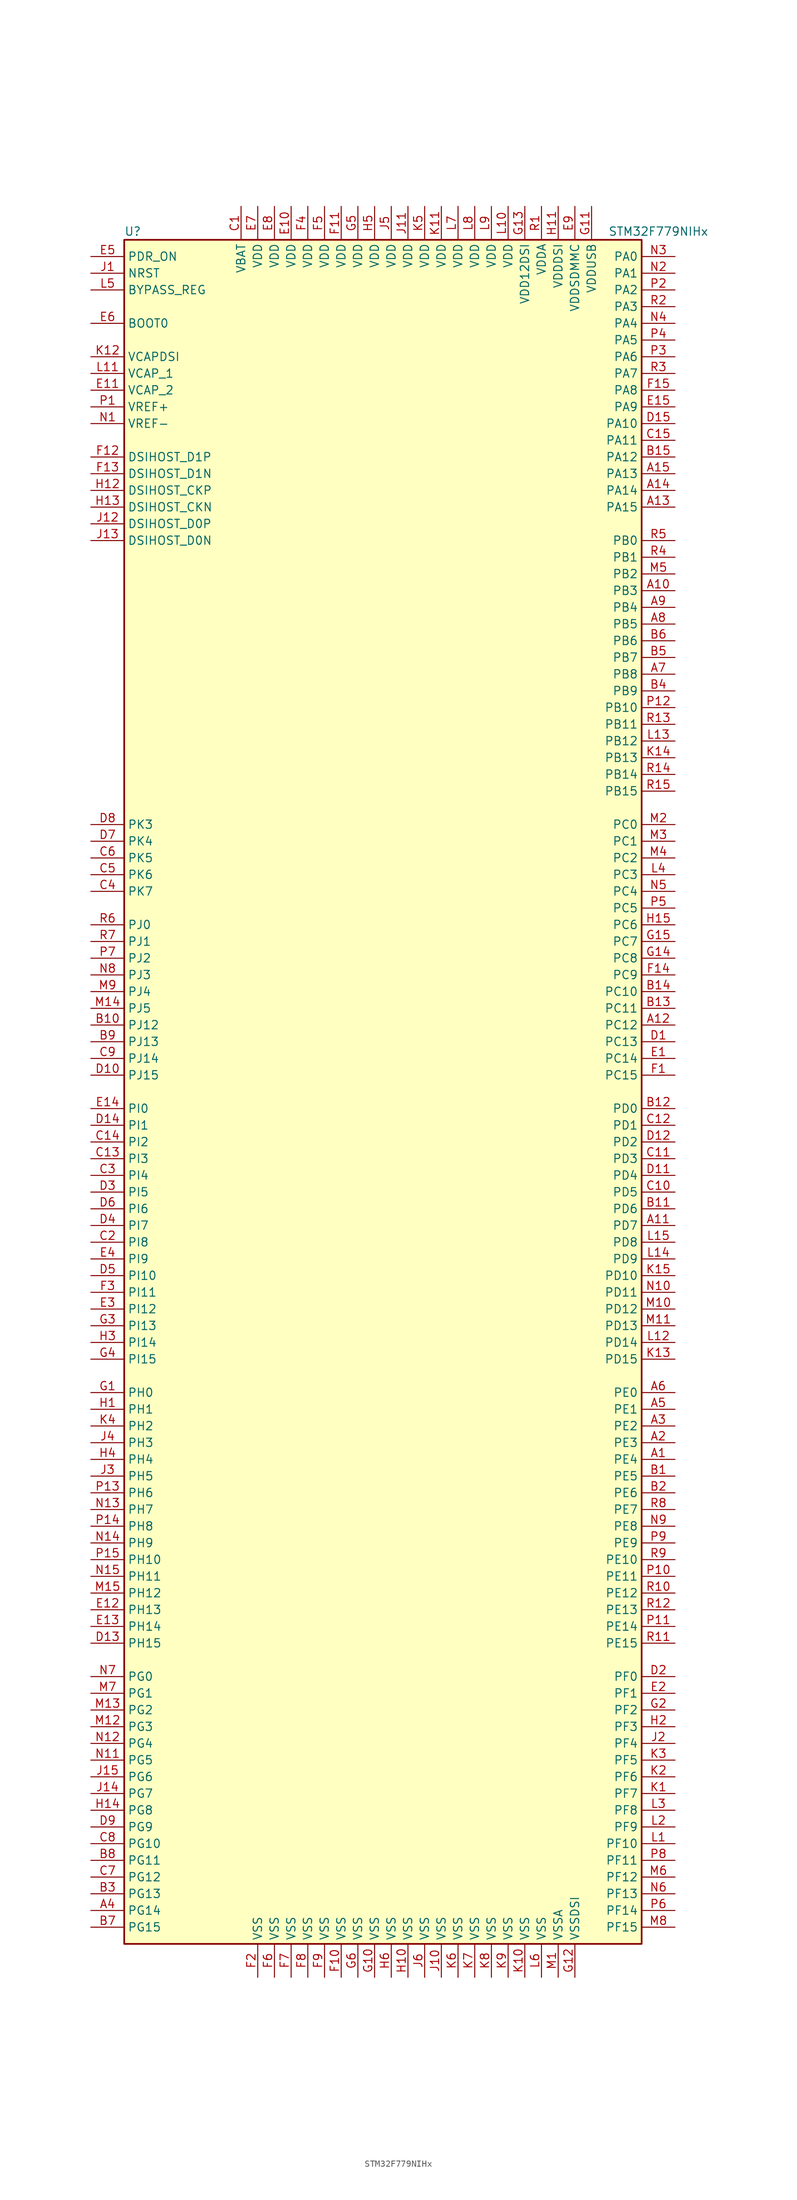
<source format=kicad_sym>
(kicad_symbol_lib
  (version 20201005)
  (generator kicad_symbol_editor)
  (symbol "STM32F779NIHx"
    (property "Reference" "U"
      (at -40.64 130.81 0)
      (effects (font (size 1.27 1.27)) (justify left)))
    (property "Value" "STM32F779NIHx"
      (at 33.02 130.81 0)
      (effects (font (size 1.27 1.27)) (justify left)))
    (symbol "STM32F779NIHx_0_1"
      (rectangle (start -40.64 -129.54) (end 38.1 129.54) (stroke (width 0.254)) (fill (type background))))
    (symbol "STM32F779NIHx_1_1"
      (pin input line (at -45.72 116.84 0) (length 5.08) (name "BOOT0" (effects (font (size 1.27 1.27)))) (number "E6" (effects (font (size 1.27 1.27)))))
      (pin input line (at -45.72 121.92 0) (length 5.08) (name "BYPASS_REG" (effects (font (size 1.27 1.27)))) (number "L5" (effects (font (size 1.27 1.27)))))
      (pin bidirectional line (at -45.72 88.9 0) (length 5.08) (name "DSIHOST_CKN" (effects (font (size 1.27 1.27)))) (number "H13" (effects (font (size 1.27 1.27)))))
      (pin bidirectional line (at -45.72 91.44 0) (length 5.08) (name "DSIHOST_CKP" (effects (font (size 1.27 1.27)))) (number "H12" (effects (font (size 1.27 1.27)))))
      (pin bidirectional line (at -45.72 83.82 0) (length 5.08) (name "DSIHOST_D0N" (effects (font (size 1.27 1.27)))) (number "J13" (effects (font (size 1.27 1.27)))))
      (pin bidirectional line (at -45.72 86.36 0) (length 5.08) (name "DSIHOST_D0P" (effects (font (size 1.27 1.27)))) (number "J12" (effects (font (size 1.27 1.27)))))
      (pin bidirectional line (at -45.72 93.98 0) (length 5.08) (name "DSIHOST_D1N" (effects (font (size 1.27 1.27)))) (number "F13" (effects (font (size 1.27 1.27)))))
      (pin bidirectional line (at -45.72 96.52 0) (length 5.08) (name "DSIHOST_D1P" (effects (font (size 1.27 1.27)))) (number "F12" (effects (font (size 1.27 1.27)))))
      (pin input line (at -45.72 124.46 0) (length 5.08) (name "NRST" (effects (font (size 1.27 1.27)))) (number "J1" (effects (font (size 1.27 1.27)))))
      (pin bidirectional line (at 43.18 127 180) (length 5.08) (name "PA0" (effects (font (size 1.27 1.27)))) (number "N3" (effects (font (size 1.27 1.27)))))
      (pin bidirectional line (at 43.18 124.46 180) (length 5.08) (name "PA1" (effects (font (size 1.27 1.27)))) (number "N2" (effects (font (size 1.27 1.27)))))
      (pin bidirectional line (at 43.18 101.6 180) (length 5.08) (name "PA10" (effects (font (size 1.27 1.27)))) (number "D15" (effects (font (size 1.27 1.27)))))
      (pin bidirectional line (at 43.18 99.06 180) (length 5.08) (name "PA11" (effects (font (size 1.27 1.27)))) (number "C15" (effects (font (size 1.27 1.27)))))
      (pin bidirectional line (at 43.18 96.52 180) (length 5.08) (name "PA12" (effects (font (size 1.27 1.27)))) (number "B15" (effects (font (size 1.27 1.27)))))
      (pin bidirectional line (at 43.18 93.98 180) (length 5.08) (name "PA13" (effects (font (size 1.27 1.27)))) (number "A15" (effects (font (size 1.27 1.27)))))
      (pin bidirectional line (at 43.18 91.44 180) (length 5.08) (name "PA14" (effects (font (size 1.27 1.27)))) (number "A14" (effects (font (size 1.27 1.27)))))
      (pin bidirectional line (at 43.18 88.9 180) (length 5.08) (name "PA15" (effects (font (size 1.27 1.27)))) (number "A13" (effects (font (size 1.27 1.27)))))
      (pin bidirectional line (at 43.18 121.92 180) (length 5.08) (name "PA2" (effects (font (size 1.27 1.27)))) (number "P2" (effects (font (size 1.27 1.27)))))
      (pin bidirectional line (at 43.18 119.38 180) (length 5.08) (name "PA3" (effects (font (size 1.27 1.27)))) (number "R2" (effects (font (size 1.27 1.27)))))
      (pin bidirectional line (at 43.18 116.84 180) (length 5.08) (name "PA4" (effects (font (size 1.27 1.27)))) (number "N4" (effects (font (size 1.27 1.27)))))
      (pin bidirectional line (at 43.18 114.3 180) (length 5.08) (name "PA5" (effects (font (size 1.27 1.27)))) (number "P4" (effects (font (size 1.27 1.27)))))
      (pin bidirectional line (at 43.18 111.76 180) (length 5.08) (name "PA6" (effects (font (size 1.27 1.27)))) (number "P3" (effects (font (size 1.27 1.27)))))
      (pin bidirectional line (at 43.18 109.22 180) (length 5.08) (name "PA7" (effects (font (size 1.27 1.27)))) (number "R3" (effects (font (size 1.27 1.27)))))
      (pin bidirectional line (at 43.18 106.68 180) (length 5.08) (name "PA8" (effects (font (size 1.27 1.27)))) (number "F15" (effects (font (size 1.27 1.27)))))
      (pin bidirectional line (at 43.18 104.14 180) (length 5.08) (name "PA9" (effects (font (size 1.27 1.27)))) (number "E15" (effects (font (size 1.27 1.27)))))
      (pin bidirectional line (at 43.18 83.82 180) (length 5.08) (name "PB0" (effects (font (size 1.27 1.27)))) (number "R5" (effects (font (size 1.27 1.27)))))
      (pin bidirectional line (at 43.18 81.28 180) (length 5.08) (name "PB1" (effects (font (size 1.27 1.27)))) (number "R4" (effects (font (size 1.27 1.27)))))
      (pin bidirectional line (at 43.18 58.42 180) (length 5.08) (name "PB10" (effects (font (size 1.27 1.27)))) (number "P12" (effects (font (size 1.27 1.27)))))
      (pin bidirectional line (at 43.18 55.88 180) (length 5.08) (name "PB11" (effects (font (size 1.27 1.27)))) (number "R13" (effects (font (size 1.27 1.27)))))
      (pin bidirectional line (at 43.18 53.34 180) (length 5.08) (name "PB12" (effects (font (size 1.27 1.27)))) (number "L13" (effects (font (size 1.27 1.27)))))
      (pin bidirectional line (at 43.18 50.8 180) (length 5.08) (name "PB13" (effects (font (size 1.27 1.27)))) (number "K14" (effects (font (size 1.27 1.27)))))
      (pin bidirectional line (at 43.18 48.26 180) (length 5.08) (name "PB14" (effects (font (size 1.27 1.27)))) (number "R14" (effects (font (size 1.27 1.27)))))
      (pin bidirectional line (at 43.18 45.72 180) (length 5.08) (name "PB15" (effects (font (size 1.27 1.27)))) (number "R15" (effects (font (size 1.27 1.27)))))
      (pin bidirectional line (at 43.18 78.74 180) (length 5.08) (name "PB2" (effects (font (size 1.27 1.27)))) (number "M5" (effects (font (size 1.27 1.27)))))
      (pin bidirectional line (at 43.18 76.2 180) (length 5.08) (name "PB3" (effects (font (size 1.27 1.27)))) (number "A10" (effects (font (size 1.27 1.27)))))
      (pin bidirectional line (at 43.18 73.66 180) (length 5.08) (name "PB4" (effects (font (size 1.27 1.27)))) (number "A9" (effects (font (size 1.27 1.27)))))
      (pin bidirectional line (at 43.18 71.12 180) (length 5.08) (name "PB5" (effects (font (size 1.27 1.27)))) (number "A8" (effects (font (size 1.27 1.27)))))
      (pin bidirectional line (at 43.18 68.58 180) (length 5.08) (name "PB6" (effects (font (size 1.27 1.27)))) (number "B6" (effects (font (size 1.27 1.27)))))
      (pin bidirectional line (at 43.18 66.04 180) (length 5.08) (name "PB7" (effects (font (size 1.27 1.27)))) (number "B5" (effects (font (size 1.27 1.27)))))
      (pin bidirectional line (at 43.18 63.5 180) (length 5.08) (name "PB8" (effects (font (size 1.27 1.27)))) (number "A7" (effects (font (size 1.27 1.27)))))
      (pin bidirectional line (at 43.18 60.96 180) (length 5.08) (name "PB9" (effects (font (size 1.27 1.27)))) (number "B4" (effects (font (size 1.27 1.27)))))
      (pin bidirectional line (at 43.18 40.64 180) (length 5.08) (name "PC0" (effects (font (size 1.27 1.27)))) (number "M2" (effects (font (size 1.27 1.27)))))
      (pin bidirectional line (at 43.18 38.1 180) (length 5.08) (name "PC1" (effects (font (size 1.27 1.27)))) (number "M3" (effects (font (size 1.27 1.27)))))
      (pin bidirectional line (at 43.18 15.24 180) (length 5.08) (name "PC10" (effects (font (size 1.27 1.27)))) (number "B14" (effects (font (size 1.27 1.27)))))
      (pin bidirectional line (at 43.18 12.7 180) (length 5.08) (name "PC11" (effects (font (size 1.27 1.27)))) (number "B13" (effects (font (size 1.27 1.27)))))
      (pin bidirectional line (at 43.18 10.16 180) (length 5.08) (name "PC12" (effects (font (size 1.27 1.27)))) (number "A12" (effects (font (size 1.27 1.27)))))
      (pin bidirectional line (at 43.18 7.62 180) (length 5.08) (name "PC13" (effects (font (size 1.27 1.27)))) (number "D1" (effects (font (size 1.27 1.27)))))
      (pin bidirectional line (at 43.18 5.08 180) (length 5.08) (name "PC14" (effects (font (size 1.27 1.27)))) (number "E1" (effects (font (size 1.27 1.27)))))
      (pin bidirectional line (at 43.18 2.54 180) (length 5.08) (name "PC15" (effects (font (size 1.27 1.27)))) (number "F1" (effects (font (size 1.27 1.27)))))
      (pin bidirectional line (at 43.18 35.56 180) (length 5.08) (name "PC2" (effects (font (size 1.27 1.27)))) (number "M4" (effects (font (size 1.27 1.27)))))
      (pin bidirectional line (at 43.18 33.02 180) (length 5.08) (name "PC3" (effects (font (size 1.27 1.27)))) (number "L4" (effects (font (size 1.27 1.27)))))
      (pin bidirectional line (at 43.18 30.48 180) (length 5.08) (name "PC4" (effects (font (size 1.27 1.27)))) (number "N5" (effects (font (size 1.27 1.27)))))
      (pin bidirectional line (at 43.18 27.94 180) (length 5.08) (name "PC5" (effects (font (size 1.27 1.27)))) (number "P5" (effects (font (size 1.27 1.27)))))
      (pin bidirectional line (at 43.18 25.4 180) (length 5.08) (name "PC6" (effects (font (size 1.27 1.27)))) (number "H15" (effects (font (size 1.27 1.27)))))
      (pin bidirectional line (at 43.18 22.86 180) (length 5.08) (name "PC7" (effects (font (size 1.27 1.27)))) (number "G15" (effects (font (size 1.27 1.27)))))
      (pin bidirectional line (at 43.18 20.32 180) (length 5.08) (name "PC8" (effects (font (size 1.27 1.27)))) (number "G14" (effects (font (size 1.27 1.27)))))
      (pin bidirectional line (at 43.18 17.78 180) (length 5.08) (name "PC9" (effects (font (size 1.27 1.27)))) (number "F14" (effects (font (size 1.27 1.27)))))
      (pin bidirectional line (at 43.18 -2.54 180) (length 5.08) (name "PD0" (effects (font (size 1.27 1.27)))) (number "B12" (effects (font (size 1.27 1.27)))))
      (pin bidirectional line (at 43.18 -5.08 180) (length 5.08) (name "PD1" (effects (font (size 1.27 1.27)))) (number "C12" (effects (font (size 1.27 1.27)))))
      (pin bidirectional line (at 43.18 -27.94 180) (length 5.08) (name "PD10" (effects (font (size 1.27 1.27)))) (number "K15" (effects (font (size 1.27 1.27)))))
      (pin bidirectional line (at 43.18 -30.48 180) (length 5.08) (name "PD11" (effects (font (size 1.27 1.27)))) (number "N10" (effects (font (size 1.27 1.27)))))
      (pin bidirectional line (at 43.18 -33.02 180) (length 5.08) (name "PD12" (effects (font (size 1.27 1.27)))) (number "M10" (effects (font (size 1.27 1.27)))))
      (pin bidirectional line (at 43.18 -35.56 180) (length 5.08) (name "PD13" (effects (font (size 1.27 1.27)))) (number "M11" (effects (font (size 1.27 1.27)))))
      (pin bidirectional line (at 43.18 -38.1 180) (length 5.08) (name "PD14" (effects (font (size 1.27 1.27)))) (number "L12" (effects (font (size 1.27 1.27)))))
      (pin bidirectional line (at 43.18 -40.64 180) (length 5.08) (name "PD15" (effects (font (size 1.27 1.27)))) (number "K13" (effects (font (size 1.27 1.27)))))
      (pin bidirectional line (at 43.18 -7.62 180) (length 5.08) (name "PD2" (effects (font (size 1.27 1.27)))) (number "D12" (effects (font (size 1.27 1.27)))))
      (pin bidirectional line (at 43.18 -10.16 180) (length 5.08) (name "PD3" (effects (font (size 1.27 1.27)))) (number "C11" (effects (font (size 1.27 1.27)))))
      (pin bidirectional line (at 43.18 -12.7 180) (length 5.08) (name "PD4" (effects (font (size 1.27 1.27)))) (number "D11" (effects (font (size 1.27 1.27)))))
      (pin bidirectional line (at 43.18 -15.24 180) (length 5.08) (name "PD5" (effects (font (size 1.27 1.27)))) (number "C10" (effects (font (size 1.27 1.27)))))
      (pin bidirectional line (at 43.18 -17.78 180) (length 5.08) (name "PD6" (effects (font (size 1.27 1.27)))) (number "B11" (effects (font (size 1.27 1.27)))))
      (pin bidirectional line (at 43.18 -20.32 180) (length 5.08) (name "PD7" (effects (font (size 1.27 1.27)))) (number "A11" (effects (font (size 1.27 1.27)))))
      (pin bidirectional line (at 43.18 -22.86 180) (length 5.08) (name "PD8" (effects (font (size 1.27 1.27)))) (number "L15" (effects (font (size 1.27 1.27)))))
      (pin bidirectional line (at 43.18 -25.4 180) (length 5.08) (name "PD9" (effects (font (size 1.27 1.27)))) (number "L14" (effects (font (size 1.27 1.27)))))
      (pin input line (at -45.72 127 0) (length 5.08) (name "PDR_ON" (effects (font (size 1.27 1.27)))) (number "E5" (effects (font (size 1.27 1.27)))))
      (pin bidirectional line (at 43.18 -45.72 180) (length 5.08) (name "PE0" (effects (font (size 1.27 1.27)))) (number "A6" (effects (font (size 1.27 1.27)))))
      (pin bidirectional line (at 43.18 -48.26 180) (length 5.08) (name "PE1" (effects (font (size 1.27 1.27)))) (number "A5" (effects (font (size 1.27 1.27)))))
      (pin bidirectional line (at 43.18 -71.12 180) (length 5.08) (name "PE10" (effects (font (size 1.27 1.27)))) (number "R9" (effects (font (size 1.27 1.27)))))
      (pin bidirectional line (at 43.18 -73.66 180) (length 5.08) (name "PE11" (effects (font (size 1.27 1.27)))) (number "P10" (effects (font (size 1.27 1.27)))))
      (pin bidirectional line (at 43.18 -76.2 180) (length 5.08) (name "PE12" (effects (font (size 1.27 1.27)))) (number "R10" (effects (font (size 1.27 1.27)))))
      (pin bidirectional line (at 43.18 -78.74 180) (length 5.08) (name "PE13" (effects (font (size 1.27 1.27)))) (number "R12" (effects (font (size 1.27 1.27)))))
      (pin bidirectional line (at 43.18 -81.28 180) (length 5.08) (name "PE14" (effects (font (size 1.27 1.27)))) (number "P11" (effects (font (size 1.27 1.27)))))
      (pin bidirectional line (at 43.18 -83.82 180) (length 5.08) (name "PE15" (effects (font (size 1.27 1.27)))) (number "R11" (effects (font (size 1.27 1.27)))))
      (pin bidirectional line (at 43.18 -50.8 180) (length 5.08) (name "PE2" (effects (font (size 1.27 1.27)))) (number "A3" (effects (font (size 1.27 1.27)))))
      (pin bidirectional line (at 43.18 -53.34 180) (length 5.08) (name "PE3" (effects (font (size 1.27 1.27)))) (number "A2" (effects (font (size 1.27 1.27)))))
      (pin bidirectional line (at 43.18 -55.88 180) (length 5.08) (name "PE4" (effects (font (size 1.27 1.27)))) (number "A1" (effects (font (size 1.27 1.27)))))
      (pin bidirectional line (at 43.18 -58.42 180) (length 5.08) (name "PE5" (effects (font (size 1.27 1.27)))) (number "B1" (effects (font (size 1.27 1.27)))))
      (pin bidirectional line (at 43.18 -60.96 180) (length 5.08) (name "PE6" (effects (font (size 1.27 1.27)))) (number "B2" (effects (font (size 1.27 1.27)))))
      (pin bidirectional line (at 43.18 -63.5 180) (length 5.08) (name "PE7" (effects (font (size 1.27 1.27)))) (number "R8" (effects (font (size 1.27 1.27)))))
      (pin bidirectional line (at 43.18 -66.04 180) (length 5.08) (name "PE8" (effects (font (size 1.27 1.27)))) (number "N9" (effects (font (size 1.27 1.27)))))
      (pin bidirectional line (at 43.18 -68.58 180) (length 5.08) (name "PE9" (effects (font (size 1.27 1.27)))) (number "P9" (effects (font (size 1.27 1.27)))))
      (pin bidirectional line (at 43.18 -88.9 180) (length 5.08) (name "PF0" (effects (font (size 1.27 1.27)))) (number "D2" (effects (font (size 1.27 1.27)))))
      (pin bidirectional line (at 43.18 -91.44 180) (length 5.08) (name "PF1" (effects (font (size 1.27 1.27)))) (number "E2" (effects (font (size 1.27 1.27)))))
      (pin bidirectional line (at 43.18 -114.3 180) (length 5.08) (name "PF10" (effects (font (size 1.27 1.27)))) (number "L1" (effects (font (size 1.27 1.27)))))
      (pin bidirectional line (at 43.18 -116.84 180) (length 5.08) (name "PF11" (effects (font (size 1.27 1.27)))) (number "P8" (effects (font (size 1.27 1.27)))))
      (pin bidirectional line (at 43.18 -119.38 180) (length 5.08) (name "PF12" (effects (font (size 1.27 1.27)))) (number "M6" (effects (font (size 1.27 1.27)))))
      (pin bidirectional line (at 43.18 -121.92 180) (length 5.08) (name "PF13" (effects (font (size 1.27 1.27)))) (number "N6" (effects (font (size 1.27 1.27)))))
      (pin bidirectional line (at 43.18 -124.46 180) (length 5.08) (name "PF14" (effects (font (size 1.27 1.27)))) (number "P6" (effects (font (size 1.27 1.27)))))
      (pin bidirectional line (at 43.18 -127 180) (length 5.08) (name "PF15" (effects (font (size 1.27 1.27)))) (number "M8" (effects (font (size 1.27 1.27)))))
      (pin bidirectional line (at 43.18 -93.98 180) (length 5.08) (name "PF2" (effects (font (size 1.27 1.27)))) (number "G2" (effects (font (size 1.27 1.27)))))
      (pin bidirectional line (at 43.18 -96.52 180) (length 5.08) (name "PF3" (effects (font (size 1.27 1.27)))) (number "H2" (effects (font (size 1.27 1.27)))))
      (pin bidirectional line (at 43.18 -99.06 180) (length 5.08) (name "PF4" (effects (font (size 1.27 1.27)))) (number "J2" (effects (font (size 1.27 1.27)))))
      (pin bidirectional line (at 43.18 -101.6 180) (length 5.08) (name "PF5" (effects (font (size 1.27 1.27)))) (number "K3" (effects (font (size 1.27 1.27)))))
      (pin bidirectional line (at 43.18 -104.14 180) (length 5.08) (name "PF6" (effects (font (size 1.27 1.27)))) (number "K2" (effects (font (size 1.27 1.27)))))
      (pin bidirectional line (at 43.18 -106.68 180) (length 5.08) (name "PF7" (effects (font (size 1.27 1.27)))) (number "K1" (effects (font (size 1.27 1.27)))))
      (pin bidirectional line (at 43.18 -109.22 180) (length 5.08) (name "PF8" (effects (font (size 1.27 1.27)))) (number "L3" (effects (font (size 1.27 1.27)))))
      (pin bidirectional line (at 43.18 -111.76 180) (length 5.08) (name "PF9" (effects (font (size 1.27 1.27)))) (number "L2" (effects (font (size 1.27 1.27)))))
      (pin bidirectional line (at -45.72 -88.9 0) (length 5.08) (name "PG0" (effects (font (size 1.27 1.27)))) (number "N7" (effects (font (size 1.27 1.27)))))
      (pin bidirectional line (at -45.72 -91.44 0) (length 5.08) (name "PG1" (effects (font (size 1.27 1.27)))) (number "M7" (effects (font (size 1.27 1.27)))))
      (pin bidirectional line (at -45.72 -114.3 0) (length 5.08) (name "PG10" (effects (font (size 1.27 1.27)))) (number "C8" (effects (font (size 1.27 1.27)))))
      (pin bidirectional line (at -45.72 -116.84 0) (length 5.08) (name "PG11" (effects (font (size 1.27 1.27)))) (number "B8" (effects (font (size 1.27 1.27)))))
      (pin bidirectional line (at -45.72 -119.38 0) (length 5.08) (name "PG12" (effects (font (size 1.27 1.27)))) (number "C7" (effects (font (size 1.27 1.27)))))
      (pin bidirectional line (at -45.72 -121.92 0) (length 5.08) (name "PG13" (effects (font (size 1.27 1.27)))) (number "B3" (effects (font (size 1.27 1.27)))))
      (pin bidirectional line (at -45.72 -124.46 0) (length 5.08) (name "PG14" (effects (font (size 1.27 1.27)))) (number "A4" (effects (font (size 1.27 1.27)))))
      (pin bidirectional line (at -45.72 -127 0) (length 5.08) (name "PG15" (effects (font (size 1.27 1.27)))) (number "B7" (effects (font (size 1.27 1.27)))))
      (pin bidirectional line (at -45.72 -93.98 0) (length 5.08) (name "PG2" (effects (font (size 1.27 1.27)))) (number "M13" (effects (font (size 1.27 1.27)))))
      (pin bidirectional line (at -45.72 -96.52 0) (length 5.08) (name "PG3" (effects (font (size 1.27 1.27)))) (number "M12" (effects (font (size 1.27 1.27)))))
      (pin bidirectional line (at -45.72 -99.06 0) (length 5.08) (name "PG4" (effects (font (size 1.27 1.27)))) (number "N12" (effects (font (size 1.27 1.27)))))
      (pin bidirectional line (at -45.72 -101.6 0) (length 5.08) (name "PG5" (effects (font (size 1.27 1.27)))) (number "N11" (effects (font (size 1.27 1.27)))))
      (pin bidirectional line (at -45.72 -104.14 0) (length 5.08) (name "PG6" (effects (font (size 1.27 1.27)))) (number "J15" (effects (font (size 1.27 1.27)))))
      (pin bidirectional line (at -45.72 -106.68 0) (length 5.08) (name "PG7" (effects (font (size 1.27 1.27)))) (number "J14" (effects (font (size 1.27 1.27)))))
      (pin bidirectional line (at -45.72 -109.22 0) (length 5.08) (name "PG8" (effects (font (size 1.27 1.27)))) (number "H14" (effects (font (size 1.27 1.27)))))
      (pin bidirectional line (at -45.72 -111.76 0) (length 5.08) (name "PG9" (effects (font (size 1.27 1.27)))) (number "D9" (effects (font (size 1.27 1.27)))))
      (pin input line (at -45.72 -45.72 0) (length 5.08) (name "PH0" (effects (font (size 1.27 1.27)))) (number "G1" (effects (font (size 1.27 1.27)))))
      (pin input line (at -45.72 -48.26 0) (length 5.08) (name "PH1" (effects (font (size 1.27 1.27)))) (number "H1" (effects (font (size 1.27 1.27)))))
      (pin bidirectional line (at -45.72 -71.12 0) (length 5.08) (name "PH10" (effects (font (size 1.27 1.27)))) (number "P15" (effects (font (size 1.27 1.27)))))
      (pin bidirectional line (at -45.72 -73.66 0) (length 5.08) (name "PH11" (effects (font (size 1.27 1.27)))) (number "N15" (effects (font (size 1.27 1.27)))))
      (pin bidirectional line (at -45.72 -76.2 0) (length 5.08) (name "PH12" (effects (font (size 1.27 1.27)))) (number "M15" (effects (font (size 1.27 1.27)))))
      (pin bidirectional line (at -45.72 -78.74 0) (length 5.08) (name "PH13" (effects (font (size 1.27 1.27)))) (number "E12" (effects (font (size 1.27 1.27)))))
      (pin bidirectional line (at -45.72 -81.28 0) (length 5.08) (name "PH14" (effects (font (size 1.27 1.27)))) (number "E13" (effects (font (size 1.27 1.27)))))
      (pin bidirectional line (at -45.72 -83.82 0) (length 5.08) (name "PH15" (effects (font (size 1.27 1.27)))) (number "D13" (effects (font (size 1.27 1.27)))))
      (pin bidirectional line (at -45.72 -50.8 0) (length 5.08) (name "PH2" (effects (font (size 1.27 1.27)))) (number "K4" (effects (font (size 1.27 1.27)))))
      (pin bidirectional line (at -45.72 -53.34 0) (length 5.08) (name "PH3" (effects (font (size 1.27 1.27)))) (number "J4" (effects (font (size 1.27 1.27)))))
      (pin bidirectional line (at -45.72 -55.88 0) (length 5.08) (name "PH4" (effects (font (size 1.27 1.27)))) (number "H4" (effects (font (size 1.27 1.27)))))
      (pin bidirectional line (at -45.72 -58.42 0) (length 5.08) (name "PH5" (effects (font (size 1.27 1.27)))) (number "J3" (effects (font (size 1.27 1.27)))))
      (pin bidirectional line (at -45.72 -60.96 0) (length 5.08) (name "PH6" (effects (font (size 1.27 1.27)))) (number "P13" (effects (font (size 1.27 1.27)))))
      (pin bidirectional line (at -45.72 -63.5 0) (length 5.08) (name "PH7" (effects (font (size 1.27 1.27)))) (number "N13" (effects (font (size 1.27 1.27)))))
      (pin bidirectional line (at -45.72 -66.04 0) (length 5.08) (name "PH8" (effects (font (size 1.27 1.27)))) (number "P14" (effects (font (size 1.27 1.27)))))
      (pin bidirectional line (at -45.72 -68.58 0) (length 5.08) (name "PH9" (effects (font (size 1.27 1.27)))) (number "N14" (effects (font (size 1.27 1.27)))))
      (pin bidirectional line (at -45.72 -2.54 0) (length 5.08) (name "PI0" (effects (font (size 1.27 1.27)))) (number "E14" (effects (font (size 1.27 1.27)))))
      (pin bidirectional line (at -45.72 -5.08 0) (length 5.08) (name "PI1" (effects (font (size 1.27 1.27)))) (number "D14" (effects (font (size 1.27 1.27)))))
      (pin bidirectional line (at -45.72 -27.94 0) (length 5.08) (name "PI10" (effects (font (size 1.27 1.27)))) (number "D5" (effects (font (size 1.27 1.27)))))
      (pin bidirectional line (at -45.72 -30.48 0) (length 5.08) (name "PI11" (effects (font (size 1.27 1.27)))) (number "F3" (effects (font (size 1.27 1.27)))))
      (pin bidirectional line (at -45.72 -33.02 0) (length 5.08) (name "PI12" (effects (font (size 1.27 1.27)))) (number "E3" (effects (font (size 1.27 1.27)))))
      (pin bidirectional line (at -45.72 -35.56 0) (length 5.08) (name "PI13" (effects (font (size 1.27 1.27)))) (number "G3" (effects (font (size 1.27 1.27)))))
      (pin bidirectional line (at -45.72 -38.1 0) (length 5.08) (name "PI14" (effects (font (size 1.27 1.27)))) (number "H3" (effects (font (size 1.27 1.27)))))
      (pin bidirectional line (at -45.72 -40.64 0) (length 5.08) (name "PI15" (effects (font (size 1.27 1.27)))) (number "G4" (effects (font (size 1.27 1.27)))))
      (pin bidirectional line (at -45.72 -7.62 0) (length 5.08) (name "PI2" (effects (font (size 1.27 1.27)))) (number "C14" (effects (font (size 1.27 1.27)))))
      (pin bidirectional line (at -45.72 -10.16 0) (length 5.08) (name "PI3" (effects (font (size 1.27 1.27)))) (number "C13" (effects (font (size 1.27 1.27)))))
      (pin bidirectional line (at -45.72 -12.7 0) (length 5.08) (name "PI4" (effects (font (size 1.27 1.27)))) (number "C3" (effects (font (size 1.27 1.27)))))
      (pin bidirectional line (at -45.72 -15.24 0) (length 5.08) (name "PI5" (effects (font (size 1.27 1.27)))) (number "D3" (effects (font (size 1.27 1.27)))))
      (pin bidirectional line (at -45.72 -17.78 0) (length 5.08) (name "PI6" (effects (font (size 1.27 1.27)))) (number "D6" (effects (font (size 1.27 1.27)))))
      (pin bidirectional line (at -45.72 -20.32 0) (length 5.08) (name "PI7" (effects (font (size 1.27 1.27)))) (number "D4" (effects (font (size 1.27 1.27)))))
      (pin bidirectional line (at -45.72 -22.86 0) (length 5.08) (name "PI8" (effects (font (size 1.27 1.27)))) (number "C2" (effects (font (size 1.27 1.27)))))
      (pin bidirectional line (at -45.72 -25.4 0) (length 5.08) (name "PI9" (effects (font (size 1.27 1.27)))) (number "E4" (effects (font (size 1.27 1.27)))))
      (pin bidirectional line (at -45.72 25.4 0) (length 5.08) (name "PJ0" (effects (font (size 1.27 1.27)))) (number "R6" (effects (font (size 1.27 1.27)))))
      (pin bidirectional line (at -45.72 22.86 0) (length 5.08) (name "PJ1" (effects (font (size 1.27 1.27)))) (number "R7" (effects (font (size 1.27 1.27)))))
      (pin bidirectional line (at -45.72 10.16 0) (length 5.08) (name "PJ12" (effects (font (size 1.27 1.27)))) (number "B10" (effects (font (size 1.27 1.27)))))
      (pin bidirectional line (at -45.72 7.62 0) (length 5.08) (name "PJ13" (effects (font (size 1.27 1.27)))) (number "B9" (effects (font (size 1.27 1.27)))))
      (pin bidirectional line (at -45.72 5.08 0) (length 5.08) (name "PJ14" (effects (font (size 1.27 1.27)))) (number "C9" (effects (font (size 1.27 1.27)))))
      (pin bidirectional line (at -45.72 2.54 0) (length 5.08) (name "PJ15" (effects (font (size 1.27 1.27)))) (number "D10" (effects (font (size 1.27 1.27)))))
      (pin bidirectional line (at -45.72 20.32 0) (length 5.08) (name "PJ2" (effects (font (size 1.27 1.27)))) (number "P7" (effects (font (size 1.27 1.27)))))
      (pin bidirectional line (at -45.72 17.78 0) (length 5.08) (name "PJ3" (effects (font (size 1.27 1.27)))) (number "N8" (effects (font (size 1.27 1.27)))))
      (pin bidirectional line (at -45.72 15.24 0) (length 5.08) (name "PJ4" (effects (font (size 1.27 1.27)))) (number "M9" (effects (font (size 1.27 1.27)))))
      (pin bidirectional line (at -45.72 12.7 0) (length 5.08) (name "PJ5" (effects (font (size 1.27 1.27)))) (number "M14" (effects (font (size 1.27 1.27)))))
      (pin bidirectional line (at -45.72 40.64 0) (length 5.08) (name "PK3" (effects (font (size 1.27 1.27)))) (number "D8" (effects (font (size 1.27 1.27)))))
      (pin bidirectional line (at -45.72 38.1 0) (length 5.08) (name "PK4" (effects (font (size 1.27 1.27)))) (number "D7" (effects (font (size 1.27 1.27)))))
      (pin bidirectional line (at -45.72 35.56 0) (length 5.08) (name "PK5" (effects (font (size 1.27 1.27)))) (number "C6" (effects (font (size 1.27 1.27)))))
      (pin bidirectional line (at -45.72 33.02 0) (length 5.08) (name "PK6" (effects (font (size 1.27 1.27)))) (number "C5" (effects (font (size 1.27 1.27)))))
      (pin bidirectional line (at -45.72 30.48 0) (length 5.08) (name "PK7" (effects (font (size 1.27 1.27)))) (number "C4" (effects (font (size 1.27 1.27)))))
      (pin power_in line (at -22.86 134.62 270) (length 5.08) (name "VBAT" (effects (font (size 1.27 1.27)))) (number "C1" (effects (font (size 1.27 1.27)))))
      (pin power_in line (at -45.72 111.76 0) (length 5.08) (name "VCAPDSI" (effects (font (size 1.27 1.27)))) (number "K12" (effects (font (size 1.27 1.27)))))
      (pin power_in line (at -45.72 109.22 0) (length 5.08) (name "VCAP_1" (effects (font (size 1.27 1.27)))) (number "L11" (effects (font (size 1.27 1.27)))))
      (pin power_in line (at -45.72 106.68 0) (length 5.08) (name "VCAP_2" (effects (font (size 1.27 1.27)))) (number "E11" (effects (font (size 1.27 1.27)))))
      (pin power_in line (at -15.24 134.62 270) (length 5.08) (name "VDD" (effects (font (size 1.27 1.27)))) (number "E10" (effects (font (size 1.27 1.27)))))
      (pin power_in line (at -20.32 134.62 270) (length 5.08) (name "VDD" (effects (font (size 1.27 1.27)))) (number "E7" (effects (font (size 1.27 1.27)))))
      (pin power_in line (at -17.78 134.62 270) (length 5.08) (name "VDD" (effects (font (size 1.27 1.27)))) (number "E8" (effects (font (size 1.27 1.27)))))
      (pin power_in line (at -7.62 134.62 270) (length 5.08) (name "VDD" (effects (font (size 1.27 1.27)))) (number "F11" (effects (font (size 1.27 1.27)))))
      (pin power_in line (at -12.7 134.62 270) (length 5.08) (name "VDD" (effects (font (size 1.27 1.27)))) (number "F4" (effects (font (size 1.27 1.27)))))
      (pin power_in line (at -10.16 134.62 270) (length 5.08) (name "VDD" (effects (font (size 1.27 1.27)))) (number "F5" (effects (font (size 1.27 1.27)))))
      (pin power_in line (at -5.08 134.62 270) (length 5.08) (name "VDD" (effects (font (size 1.27 1.27)))) (number "G5" (effects (font (size 1.27 1.27)))))
      (pin power_in line (at -2.54 134.62 270) (length 5.08) (name "VDD" (effects (font (size 1.27 1.27)))) (number "H5" (effects (font (size 1.27 1.27)))))
      (pin power_in line (at 2.54 134.62 270) (length 5.08) (name "VDD" (effects (font (size 1.27 1.27)))) (number "J11" (effects (font (size 1.27 1.27)))))
      (pin power_in line (at 0 134.62 270) (length 5.08) (name "VDD" (effects (font (size 1.27 1.27)))) (number "J5" (effects (font (size 1.27 1.27)))))
      (pin power_in line (at 7.62 134.62 270) (length 5.08) (name "VDD" (effects (font (size 1.27 1.27)))) (number "K11" (effects (font (size 1.27 1.27)))))
      (pin power_in line (at 5.08 134.62 270) (length 5.08) (name "VDD" (effects (font (size 1.27 1.27)))) (number "K5" (effects (font (size 1.27 1.27)))))
      (pin power_in line (at 17.78 134.62 270) (length 5.08) (name "VDD" (effects (font (size 1.27 1.27)))) (number "L10" (effects (font (size 1.27 1.27)))))
      (pin power_in line (at 10.16 134.62 270) (length 5.08) (name "VDD" (effects (font (size 1.27 1.27)))) (number "L7" (effects (font (size 1.27 1.27)))))
      (pin power_in line (at 12.7 134.62 270) (length 5.08) (name "VDD" (effects (font (size 1.27 1.27)))) (number "L8" (effects (font (size 1.27 1.27)))))
      (pin power_in line (at 15.24 134.62 270) (length 5.08) (name "VDD" (effects (font (size 1.27 1.27)))) (number "L9" (effects (font (size 1.27 1.27)))))
      (pin power_in line (at 20.32 134.62 270) (length 5.08) (name "VDD12DSI" (effects (font (size 1.27 1.27)))) (number "G13" (effects (font (size 1.27 1.27)))))
      (pin power_in line (at 22.86 134.62 270) (length 5.08) (name "VDDA" (effects (font (size 1.27 1.27)))) (number "R1" (effects (font (size 1.27 1.27)))))
      (pin power_in line (at 25.4 134.62 270) (length 5.08) (name "VDDDSI" (effects (font (size 1.27 1.27)))) (number "H11" (effects (font (size 1.27 1.27)))))
      (pin power_in line (at 27.94 134.62 270) (length 5.08) (name "VDDSDMMC" (effects (font (size 1.27 1.27)))) (number "E9" (effects (font (size 1.27 1.27)))))
      (pin power_in line (at 30.48 134.62 270) (length 5.08) (name "VDDUSB" (effects (font (size 1.27 1.27)))) (number "G11" (effects (font (size 1.27 1.27)))))
      (pin power_in line (at -45.72 104.14 0) (length 5.08) (name "VREF+" (effects (font (size 1.27 1.27)))) (number "P1" (effects (font (size 1.27 1.27)))))
      (pin power_in line (at -45.72 101.6 0) (length 5.08) (name "VREF-" (effects (font (size 1.27 1.27)))) (number "N1" (effects (font (size 1.27 1.27)))))
      (pin power_in line (at -7.62 -134.62 90) (length 5.08) (name "VSS" (effects (font (size 1.27 1.27)))) (number "F10" (effects (font (size 1.27 1.27)))))
      (pin power_in line (at -20.32 -134.62 90) (length 5.08) (name "VSS" (effects (font (size 1.27 1.27)))) (number "F2" (effects (font (size 1.27 1.27)))))
      (pin power_in line (at -17.78 -134.62 90) (length 5.08) (name "VSS" (effects (font (size 1.27 1.27)))) (number "F6" (effects (font (size 1.27 1.27)))))
      (pin power_in line (at -15.24 -134.62 90) (length 5.08) (name "VSS" (effects (font (size 1.27 1.27)))) (number "F7" (effects (font (size 1.27 1.27)))))
      (pin power_in line (at -12.7 -134.62 90) (length 5.08) (name "VSS" (effects (font (size 1.27 1.27)))) (number "F8" (effects (font (size 1.27 1.27)))))
      (pin power_in line (at -10.16 -134.62 90) (length 5.08) (name "VSS" (effects (font (size 1.27 1.27)))) (number "F9" (effects (font (size 1.27 1.27)))))
      (pin power_in line (at -2.54 -134.62 90) (length 5.08) (name "VSS" (effects (font (size 1.27 1.27)))) (number "G10" (effects (font (size 1.27 1.27)))))
      (pin power_in line (at -5.08 -134.62 90) (length 5.08) (name "VSS" (effects (font (size 1.27 1.27)))) (number "G6" (effects (font (size 1.27 1.27)))))
      (pin power_in line (at 2.54 -134.62 90) (length 5.08) (name "VSS" (effects (font (size 1.27 1.27)))) (number "H10" (effects (font (size 1.27 1.27)))))
      (pin power_in line (at 0 -134.62 90) (length 5.08) (name "VSS" (effects (font (size 1.27 1.27)))) (number "H6" (effects (font (size 1.27 1.27)))))
      (pin power_in line (at 7.62 -134.62 90) (length 5.08) (name "VSS" (effects (font (size 1.27 1.27)))) (number "J10" (effects (font (size 1.27 1.27)))))
      (pin power_in line (at 5.08 -134.62 90) (length 5.08) (name "VSS" (effects (font (size 1.27 1.27)))) (number "J6" (effects (font (size 1.27 1.27)))))
      (pin power_in line (at 20.32 -134.62 90) (length 5.08) (name "VSS" (effects (font (size 1.27 1.27)))) (number "K10" (effects (font (size 1.27 1.27)))))
      (pin power_in line (at 10.16 -134.62 90) (length 5.08) (name "VSS" (effects (font (size 1.27 1.27)))) (number "K6" (effects (font (size 1.27 1.27)))))
      (pin power_in line (at 12.7 -134.62 90) (length 5.08) (name "VSS" (effects (font (size 1.27 1.27)))) (number "K7" (effects (font (size 1.27 1.27)))))
      (pin power_in line (at 15.24 -134.62 90) (length 5.08) (name "VSS" (effects (font (size 1.27 1.27)))) (number "K8" (effects (font (size 1.27 1.27)))))
      (pin power_in line (at 17.78 -134.62 90) (length 5.08) (name "VSS" (effects (font (size 1.27 1.27)))) (number "K9" (effects (font (size 1.27 1.27)))))
      (pin power_in line (at 22.86 -134.62 90) (length 5.08) (name "VSS" (effects (font (size 1.27 1.27)))) (number "L6" (effects (font (size 1.27 1.27)))))
      (pin power_in line (at 25.4 -134.62 90) (length 5.08) (name "VSSA" (effects (font (size 1.27 1.27)))) (number "M1" (effects (font (size 1.27 1.27)))))
      (pin power_in line (at 27.94 -134.62 90) (length 5.08) (name "VSSDSI" (effects (font (size 1.27 1.27)))) (number "G12" (effects (font (size 1.27 1.27))))))))
</source>
